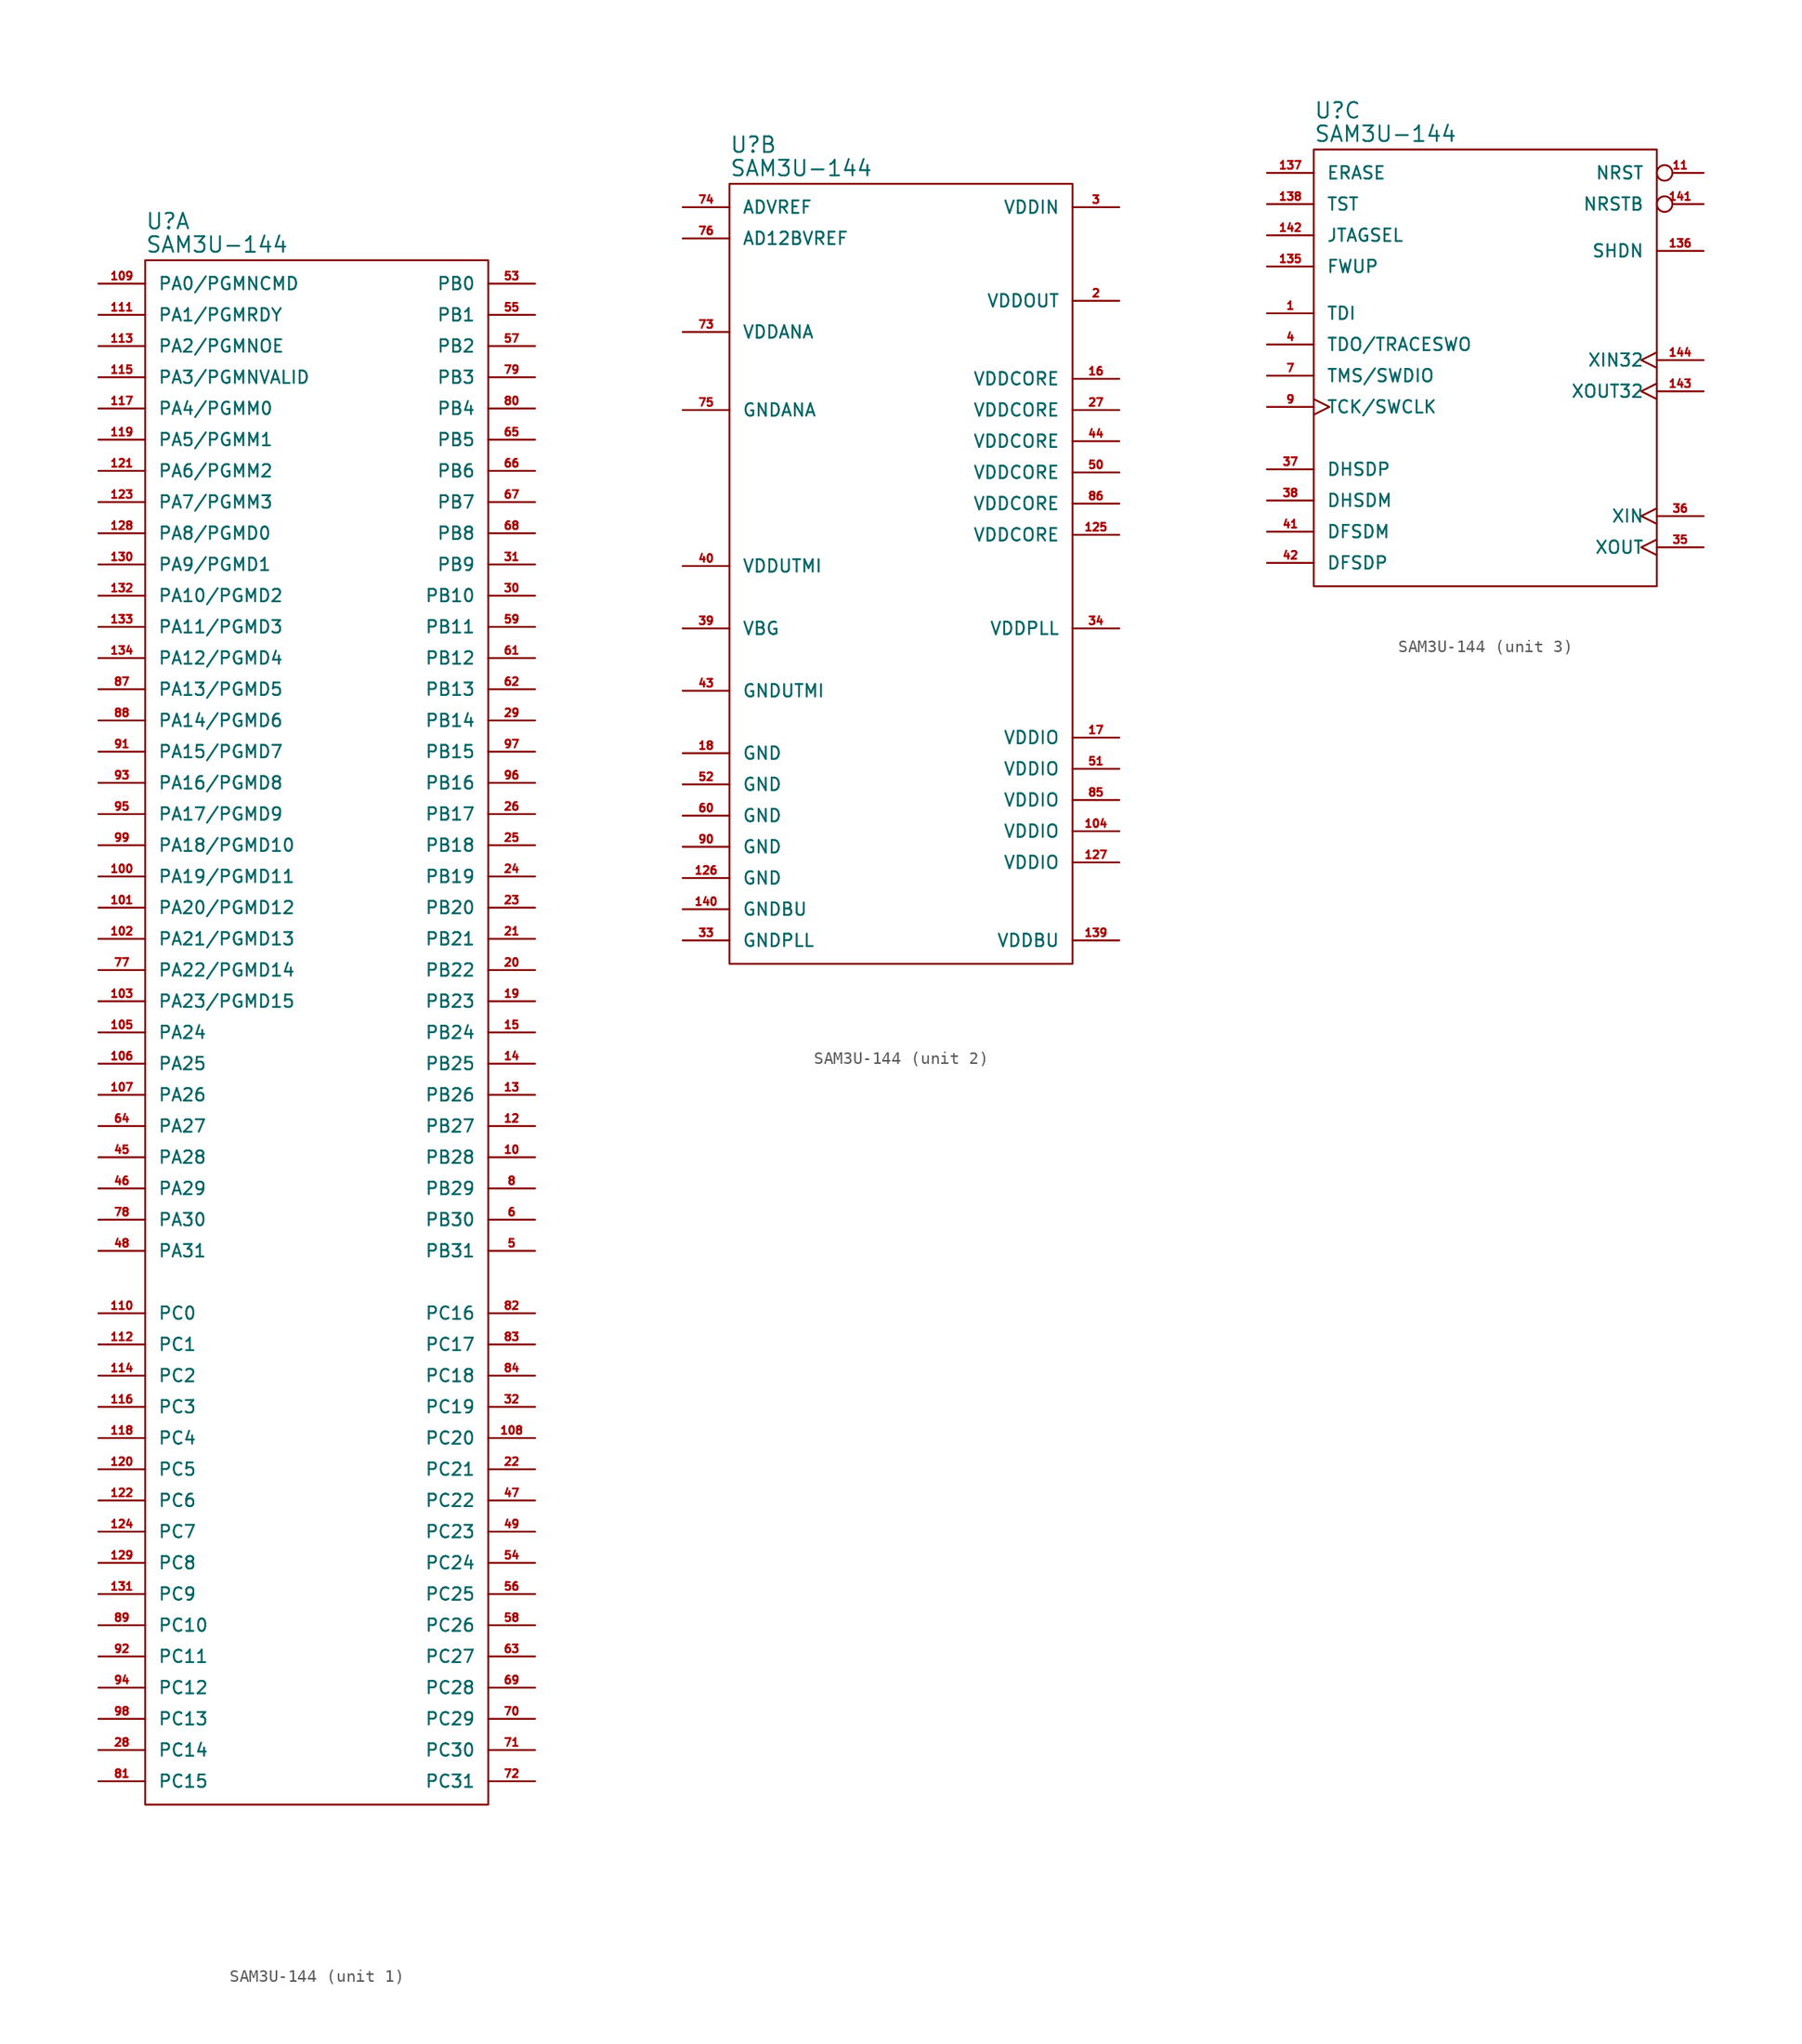
<source format=kicad_sym>
(kicad_symbol_lib
  (version 20211014)
  (generator kicad_symbol_editor)
  (symbol "SAM3U-144"
    (pin_names
      (offset 1.016))
    (property "Reference" "U"
      (at 0 2.54 0)
      (effects (font (size 1.27 1.27)) (justify left)))
    (property "Value" "SAM3U-144"
      (at 0 0.635 0)
      (effects (font (size 1.27 1.27)) (justify left)))
    (property "ki_locked" ""
      (at 0 0 0)
      (effects (font (size 1.27 1.27))))
    (symbol "SAM3U-144_1_1"
      (rectangle (start 0 -0.635) (end 27.94 -126.365) (stroke (width 0) (type default) (color 0 0 0 0)) (fill (type none)))
      (pin tri_state line (at 31.75 -73.66 180) (length 3.81) (name "PB28" (effects (font (size 1.016 1.016)))) (number "10" (effects (font (size 0.635 0.635)))))
      (pin tri_state line (at -3.81 -50.8 0) (length 3.81) (name "PA19/PGMD11" (effects (font (size 1.016 1.016)))) (number "100" (effects (font (size 0.635 0.635)))))
      (pin tri_state line (at -3.81 -53.34 0) (length 3.81) (name "PA20/PGMD12" (effects (font (size 1.016 1.016)))) (number "101" (effects (font (size 0.635 0.635)))))
      (pin tri_state line (at -3.81 -55.88 0) (length 3.81) (name "PA21/PGMD13" (effects (font (size 1.016 1.016)))) (number "102" (effects (font (size 0.635 0.635)))))
      (pin tri_state line (at -3.81 -60.96 0) (length 3.81) (name "PA23/PGMD15" (effects (font (size 1.016 1.016)))) (number "103" (effects (font (size 0.635 0.635)))))
      (pin tri_state line (at -3.81 -63.5 0) (length 3.81) (name "PA24" (effects (font (size 1.016 1.016)))) (number "105" (effects (font (size 0.635 0.635)))))
      (pin tri_state line (at -3.81 -66.04 0) (length 3.81) (name "PA25" (effects (font (size 1.016 1.016)))) (number "106" (effects (font (size 0.635 0.635)))))
      (pin tri_state line (at -3.81 -68.58 0) (length 3.81) (name "PA26" (effects (font (size 1.016 1.016)))) (number "107" (effects (font (size 0.635 0.635)))))
      (pin tri_state line (at 31.75 -96.52 180) (length 3.81) (name "PC20" (effects (font (size 1.016 1.016)))) (number "108" (effects (font (size 0.635 0.635)))))
      (pin tri_state line (at -3.81 -2.54 0) (length 3.81) (name "PA0/PGMNCMD" (effects (font (size 1.016 1.016)))) (number "109" (effects (font (size 0.635 0.635)))))
      (pin tri_state line (at -3.81 -86.36 0) (length 3.81) (name "PC0" (effects (font (size 1.016 1.016)))) (number "110" (effects (font (size 0.635 0.635)))))
      (pin tri_state line (at -3.81 -5.08 0) (length 3.81) (name "PA1/PGMRDY" (effects (font (size 1.016 1.016)))) (number "111" (effects (font (size 0.635 0.635)))))
      (pin tri_state line (at -3.81 -88.9 0) (length 3.81) (name "PC1" (effects (font (size 1.016 1.016)))) (number "112" (effects (font (size 0.635 0.635)))))
      (pin tri_state line (at -3.81 -7.62 0) (length 3.81) (name "PA2/PGMNOE" (effects (font (size 1.016 1.016)))) (number "113" (effects (font (size 0.635 0.635)))))
      (pin tri_state line (at -3.81 -91.44 0) (length 3.81) (name "PC2" (effects (font (size 1.016 1.016)))) (number "114" (effects (font (size 0.635 0.635)))))
      (pin tri_state line (at -3.81 -10.16 0) (length 3.81) (name "PA3/PGMNVALID" (effects (font (size 1.016 1.016)))) (number "115" (effects (font (size 0.635 0.635)))))
      (pin tri_state line (at -3.81 -93.98 0) (length 3.81) (name "PC3" (effects (font (size 1.016 1.016)))) (number "116" (effects (font (size 0.635 0.635)))))
      (pin tri_state line (at -3.81 -12.7 0) (length 3.81) (name "PA4/PGMM0" (effects (font (size 1.016 1.016)))) (number "117" (effects (font (size 0.635 0.635)))))
      (pin tri_state line (at -3.81 -96.52 0) (length 3.81) (name "PC4" (effects (font (size 1.016 1.016)))) (number "118" (effects (font (size 0.635 0.635)))))
      (pin tri_state line (at -3.81 -15.24 0) (length 3.81) (name "PA5/PGMM1" (effects (font (size 1.016 1.016)))) (number "119" (effects (font (size 0.635 0.635)))))
      (pin tri_state line (at 31.75 -71.12 180) (length 3.81) (name "PB27" (effects (font (size 1.016 1.016)))) (number "12" (effects (font (size 0.635 0.635)))))
      (pin tri_state line (at -3.81 -99.06 0) (length 3.81) (name "PC5" (effects (font (size 1.016 1.016)))) (number "120" (effects (font (size 0.635 0.635)))))
      (pin tri_state line (at -3.81 -17.78 0) (length 3.81) (name "PA6/PGMM2" (effects (font (size 1.016 1.016)))) (number "121" (effects (font (size 0.635 0.635)))))
      (pin tri_state line (at -3.81 -101.6 0) (length 3.81) (name "PC6" (effects (font (size 1.016 1.016)))) (number "122" (effects (font (size 0.635 0.635)))))
      (pin tri_state line (at -3.81 -20.32 0) (length 3.81) (name "PA7/PGMM3" (effects (font (size 1.016 1.016)))) (number "123" (effects (font (size 0.635 0.635)))))
      (pin tri_state line (at -3.81 -104.14 0) (length 3.81) (name "PC7" (effects (font (size 1.016 1.016)))) (number "124" (effects (font (size 0.635 0.635)))))
      (pin tri_state line (at -3.81 -22.86 0) (length 3.81) (name "PA8/PGMD0" (effects (font (size 1.016 1.016)))) (number "128" (effects (font (size 0.635 0.635)))))
      (pin tri_state line (at -3.81 -106.68 0) (length 3.81) (name "PC8" (effects (font (size 1.016 1.016)))) (number "129" (effects (font (size 0.635 0.635)))))
      (pin tri_state line (at 31.75 -68.58 180) (length 3.81) (name "PB26" (effects (font (size 1.016 1.016)))) (number "13" (effects (font (size 0.635 0.635)))))
      (pin tri_state line (at -3.81 -25.4 0) (length 3.81) (name "PA9/PGMD1" (effects (font (size 1.016 1.016)))) (number "130" (effects (font (size 0.635 0.635)))))
      (pin tri_state line (at -3.81 -109.22 0) (length 3.81) (name "PC9" (effects (font (size 1.016 1.016)))) (number "131" (effects (font (size 0.635 0.635)))))
      (pin tri_state line (at -3.81 -27.94 0) (length 3.81) (name "PA10/PGMD2" (effects (font (size 1.016 1.016)))) (number "132" (effects (font (size 0.635 0.635)))))
      (pin tri_state line (at -3.81 -30.48 0) (length 3.81) (name "PA11/PGMD3" (effects (font (size 1.016 1.016)))) (number "133" (effects (font (size 0.635 0.635)))))
      (pin tri_state line (at -3.81 -33.02 0) (length 3.81) (name "PA12/PGMD4" (effects (font (size 1.016 1.016)))) (number "134" (effects (font (size 0.635 0.635)))))
      (pin tri_state line (at 31.75 -66.04 180) (length 3.81) (name "PB25" (effects (font (size 1.016 1.016)))) (number "14" (effects (font (size 0.635 0.635)))))
      (pin tri_state line (at 31.75 -63.5 180) (length 3.81) (name "PB24" (effects (font (size 1.016 1.016)))) (number "15" (effects (font (size 0.635 0.635)))))
      (pin tri_state line (at 31.75 -60.96 180) (length 3.81) (name "PB23" (effects (font (size 1.016 1.016)))) (number "19" (effects (font (size 0.635 0.635)))))
      (pin tri_state line (at 31.75 -58.42 180) (length 3.81) (name "PB22" (effects (font (size 1.016 1.016)))) (number "20" (effects (font (size 0.635 0.635)))))
      (pin tri_state line (at 31.75 -55.88 180) (length 3.81) (name "PB21" (effects (font (size 1.016 1.016)))) (number "21" (effects (font (size 0.635 0.635)))))
      (pin tri_state line (at 31.75 -99.06 180) (length 3.81) (name "PC21" (effects (font (size 1.016 1.016)))) (number "22" (effects (font (size 0.635 0.635)))))
      (pin tri_state line (at 31.75 -53.34 180) (length 3.81) (name "PB20" (effects (font (size 1.016 1.016)))) (number "23" (effects (font (size 0.635 0.635)))))
      (pin tri_state line (at 31.75 -50.8 180) (length 3.81) (name "PB19" (effects (font (size 1.016 1.016)))) (number "24" (effects (font (size 0.635 0.635)))))
      (pin tri_state line (at 31.75 -48.26 180) (length 3.81) (name "PB18" (effects (font (size 1.016 1.016)))) (number "25" (effects (font (size 0.635 0.635)))))
      (pin tri_state line (at 31.75 -45.72 180) (length 3.81) (name "PB17" (effects (font (size 1.016 1.016)))) (number "26" (effects (font (size 0.635 0.635)))))
      (pin tri_state line (at -3.81 -121.92 0) (length 3.81) (name "PC14" (effects (font (size 1.016 1.016)))) (number "28" (effects (font (size 0.635 0.635)))))
      (pin tri_state line (at 31.75 -38.1 180) (length 3.81) (name "PB14" (effects (font (size 1.016 1.016)))) (number "29" (effects (font (size 0.635 0.635)))))
      (pin tri_state line (at 31.75 -27.94 180) (length 3.81) (name "PB10" (effects (font (size 1.016 1.016)))) (number "30" (effects (font (size 0.635 0.635)))))
      (pin tri_state line (at 31.75 -25.4 180) (length 3.81) (name "PB9" (effects (font (size 1.016 1.016)))) (number "31" (effects (font (size 0.635 0.635)))))
      (pin tri_state line (at 31.75 -93.98 180) (length 3.81) (name "PC19" (effects (font (size 1.016 1.016)))) (number "32" (effects (font (size 0.635 0.635)))))
      (pin tri_state line (at -3.81 -73.66 0) (length 3.81) (name "PA28" (effects (font (size 1.016 1.016)))) (number "45" (effects (font (size 0.635 0.635)))))
      (pin tri_state line (at -3.81 -76.2 0) (length 3.81) (name "PA29" (effects (font (size 1.016 1.016)))) (number "46" (effects (font (size 0.635 0.635)))))
      (pin tri_state line (at 31.75 -101.6 180) (length 3.81) (name "PC22" (effects (font (size 1.016 1.016)))) (number "47" (effects (font (size 0.635 0.635)))))
      (pin tri_state line (at -3.81 -81.28 0) (length 3.81) (name "PA31" (effects (font (size 1.016 1.016)))) (number "48" (effects (font (size 0.635 0.635)))))
      (pin tri_state line (at 31.75 -104.14 180) (length 3.81) (name "PC23" (effects (font (size 1.016 1.016)))) (number "49" (effects (font (size 0.635 0.635)))))
      (pin tri_state line (at 31.75 -81.28 180) (length 3.81) (name "PB31" (effects (font (size 1.016 1.016)))) (number "5" (effects (font (size 0.635 0.635)))))
      (pin tri_state line (at 31.75 -2.54 180) (length 3.81) (name "PB0" (effects (font (size 1.016 1.016)))) (number "53" (effects (font (size 0.635 0.635)))))
      (pin tri_state line (at 31.75 -106.68 180) (length 3.81) (name "PC24" (effects (font (size 1.016 1.016)))) (number "54" (effects (font (size 0.635 0.635)))))
      (pin tri_state line (at 31.75 -5.08 180) (length 3.81) (name "PB1" (effects (font (size 1.016 1.016)))) (number "55" (effects (font (size 0.635 0.635)))))
      (pin tri_state line (at 31.75 -109.22 180) (length 3.81) (name "PC25" (effects (font (size 1.016 1.016)))) (number "56" (effects (font (size 0.635 0.635)))))
      (pin tri_state line (at 31.75 -7.62 180) (length 3.81) (name "PB2" (effects (font (size 1.016 1.016)))) (number "57" (effects (font (size 0.635 0.635)))))
      (pin tri_state line (at 31.75 -111.76 180) (length 3.81) (name "PC26" (effects (font (size 1.016 1.016)))) (number "58" (effects (font (size 0.635 0.635)))))
      (pin tri_state line (at 31.75 -30.48 180) (length 3.81) (name "PB11" (effects (font (size 1.016 1.016)))) (number "59" (effects (font (size 0.635 0.635)))))
      (pin tri_state line (at 31.75 -78.74 180) (length 3.81) (name "PB30" (effects (font (size 1.016 1.016)))) (number "6" (effects (font (size 0.635 0.635)))))
      (pin tri_state line (at 31.75 -33.02 180) (length 3.81) (name "PB12" (effects (font (size 1.016 1.016)))) (number "61" (effects (font (size 0.635 0.635)))))
      (pin tri_state line (at 31.75 -35.56 180) (length 3.81) (name "PB13" (effects (font (size 1.016 1.016)))) (number "62" (effects (font (size 0.635 0.635)))))
      (pin tri_state line (at 31.75 -114.3 180) (length 3.81) (name "PC27" (effects (font (size 1.016 1.016)))) (number "63" (effects (font (size 0.635 0.635)))))
      (pin tri_state line (at -3.81 -71.12 0) (length 3.81) (name "PA27" (effects (font (size 1.016 1.016)))) (number "64" (effects (font (size 0.635 0.635)))))
      (pin tri_state line (at 31.75 -15.24 180) (length 3.81) (name "PB5" (effects (font (size 1.016 1.016)))) (number "65" (effects (font (size 0.635 0.635)))))
      (pin tri_state line (at 31.75 -17.78 180) (length 3.81) (name "PB6" (effects (font (size 1.016 1.016)))) (number "66" (effects (font (size 0.635 0.635)))))
      (pin tri_state line (at 31.75 -20.32 180) (length 3.81) (name "PB7" (effects (font (size 1.016 1.016)))) (number "67" (effects (font (size 0.635 0.635)))))
      (pin tri_state line (at 31.75 -22.86 180) (length 3.81) (name "PB8" (effects (font (size 1.016 1.016)))) (number "68" (effects (font (size 0.635 0.635)))))
      (pin tri_state line (at 31.75 -116.84 180) (length 3.81) (name "PC28" (effects (font (size 1.016 1.016)))) (number "69" (effects (font (size 0.635 0.635)))))
      (pin tri_state line (at 31.75 -119.38 180) (length 3.81) (name "PC29" (effects (font (size 1.016 1.016)))) (number "70" (effects (font (size 0.635 0.635)))))
      (pin tri_state line (at 31.75 -121.92 180) (length 3.81) (name "PC30" (effects (font (size 1.016 1.016)))) (number "71" (effects (font (size 0.635 0.635)))))
      (pin tri_state line (at 31.75 -124.46 180) (length 3.81) (name "PC31" (effects (font (size 1.016 1.016)))) (number "72" (effects (font (size 0.635 0.635)))))
      (pin tri_state line (at -3.81 -58.42 0) (length 3.81) (name "PA22/PGMD14" (effects (font (size 1.016 1.016)))) (number "77" (effects (font (size 0.635 0.635)))))
      (pin tri_state line (at -3.81 -78.74 0) (length 3.81) (name "PA30" (effects (font (size 1.016 1.016)))) (number "78" (effects (font (size 0.635 0.635)))))
      (pin tri_state line (at 31.75 -10.16 180) (length 3.81) (name "PB3" (effects (font (size 1.016 1.016)))) (number "79" (effects (font (size 0.635 0.635)))))
      (pin tri_state line (at 31.75 -76.2 180) (length 3.81) (name "PB29" (effects (font (size 1.016 1.016)))) (number "8" (effects (font (size 0.635 0.635)))))
      (pin tri_state line (at 31.75 -12.7 180) (length 3.81) (name "PB4" (effects (font (size 1.016 1.016)))) (number "80" (effects (font (size 0.635 0.635)))))
      (pin tri_state line (at -3.81 -124.46 0) (length 3.81) (name "PC15" (effects (font (size 1.016 1.016)))) (number "81" (effects (font (size 0.635 0.635)))))
      (pin tri_state line (at 31.75 -86.36 180) (length 3.81) (name "PC16" (effects (font (size 1.016 1.016)))) (number "82" (effects (font (size 0.635 0.635)))))
      (pin tri_state line (at 31.75 -88.9 180) (length 3.81) (name "PC17" (effects (font (size 1.016 1.016)))) (number "83" (effects (font (size 0.635 0.635)))))
      (pin tri_state line (at 31.75 -91.44 180) (length 3.81) (name "PC18" (effects (font (size 1.016 1.016)))) (number "84" (effects (font (size 0.635 0.635)))))
      (pin tri_state line (at -3.81 -35.56 0) (length 3.81) (name "PA13/PGMD5" (effects (font (size 1.016 1.016)))) (number "87" (effects (font (size 0.635 0.635)))))
      (pin tri_state line (at -3.81 -38.1 0) (length 3.81) (name "PA14/PGMD6" (effects (font (size 1.016 1.016)))) (number "88" (effects (font (size 0.635 0.635)))))
      (pin tri_state line (at -3.81 -111.76 0) (length 3.81) (name "PC10" (effects (font (size 1.016 1.016)))) (number "89" (effects (font (size 0.635 0.635)))))
      (pin tri_state line (at -3.81 -40.64 0) (length 3.81) (name "PA15/PGMD7" (effects (font (size 1.016 1.016)))) (number "91" (effects (font (size 0.635 0.635)))))
      (pin tri_state line (at -3.81 -114.3 0) (length 3.81) (name "PC11" (effects (font (size 1.016 1.016)))) (number "92" (effects (font (size 0.635 0.635)))))
      (pin tri_state line (at -3.81 -43.18 0) (length 3.81) (name "PA16/PGMD8" (effects (font (size 1.016 1.016)))) (number "93" (effects (font (size 0.635 0.635)))))
      (pin tri_state line (at -3.81 -116.84 0) (length 3.81) (name "PC12" (effects (font (size 1.016 1.016)))) (number "94" (effects (font (size 0.635 0.635)))))
      (pin tri_state line (at -3.81 -45.72 0) (length 3.81) (name "PA17/PGMD9" (effects (font (size 1.016 1.016)))) (number "95" (effects (font (size 0.635 0.635)))))
      (pin tri_state line (at 31.75 -43.18 180) (length 3.81) (name "PB16" (effects (font (size 1.016 1.016)))) (number "96" (effects (font (size 0.635 0.635)))))
      (pin tri_state line (at 31.75 -40.64 180) (length 3.81) (name "PB15" (effects (font (size 1.016 1.016)))) (number "97" (effects (font (size 0.635 0.635)))))
      (pin tri_state line (at -3.81 -119.38 0) (length 3.81) (name "PC13" (effects (font (size 1.016 1.016)))) (number "98" (effects (font (size 0.635 0.635)))))
      (pin tri_state line (at -3.81 -48.26 0) (length 3.81) (name "PA18/PGMD10" (effects (font (size 1.016 1.016)))) (number "99" (effects (font (size 0.635 0.635))))))
    (symbol "SAM3U-144_2_1"
      (rectangle (start 0 -0.635) (end 27.94 -64.135) (stroke (width 0) (type default) (color 0 0 0 0)) (fill (type none)))
      (pin power_in line (at 31.75 -53.34 180) (length 3.81) (name "VDDIO" (effects (font (size 1.016 1.016)))) (number "104" (effects (font (size 0.635 0.635)))))
      (pin power_in line (at 31.75 -29.21 180) (length 3.81) (name "VDDCORE" (effects (font (size 1.016 1.016)))) (number "125" (effects (font (size 0.635 0.635)))))
      (pin power_in line (at -3.81 -57.15 0) (length 3.81) (name "GND" (effects (font (size 1.016 1.016)))) (number "126" (effects (font (size 0.635 0.635)))))
      (pin power_in line (at 31.75 -55.88 180) (length 3.81) (name "VDDIO" (effects (font (size 1.016 1.016)))) (number "127" (effects (font (size 0.635 0.635)))))
      (pin power_in line (at 31.75 -62.23 180) (length 3.81) (name "VDDBU" (effects (font (size 1.016 1.016)))) (number "139" (effects (font (size 0.635 0.635)))))
      (pin power_in line (at -3.81 -59.69 0) (length 3.81) (name "GNDBU" (effects (font (size 1.016 1.016)))) (number "140" (effects (font (size 0.635 0.635)))))
      (pin power_in line (at 31.75 -16.51 180) (length 3.81) (name "VDDCORE" (effects (font (size 1.016 1.016)))) (number "16" (effects (font (size 0.635 0.635)))))
      (pin power_in line (at 31.75 -45.72 180) (length 3.81) (name "VDDIO" (effects (font (size 1.016 1.016)))) (number "17" (effects (font (size 0.635 0.635)))))
      (pin power_in line (at -3.81 -46.99 0) (length 3.81) (name "GND" (effects (font (size 1.016 1.016)))) (number "18" (effects (font (size 0.635 0.635)))))
      (pin power_out line (at 31.75 -10.16 180) (length 3.81) (name "VDDOUT" (effects (font (size 1.016 1.016)))) (number "2" (effects (font (size 0.635 0.635)))))
      (pin power_in line (at 31.75 -19.05 180) (length 3.81) (name "VDDCORE" (effects (font (size 1.016 1.016)))) (number "27" (effects (font (size 0.635 0.635)))))
      (pin power_in line (at 31.75 -2.54 180) (length 3.81) (name "VDDIN" (effects (font (size 1.016 1.016)))) (number "3" (effects (font (size 0.635 0.635)))))
      (pin power_in line (at -3.81 -62.23 0) (length 3.81) (name "GNDPLL" (effects (font (size 1.016 1.016)))) (number "33" (effects (font (size 0.635 0.635)))))
      (pin power_in line (at 31.75 -36.83 180) (length 3.81) (name "VDDPLL" (effects (font (size 1.016 1.016)))) (number "34" (effects (font (size 0.635 0.635)))))
      (pin passive line (at -3.81 -36.83 0) (length 3.81) (name "VBG" (effects (font (size 1.016 1.016)))) (number "39" (effects (font (size 0.635 0.635)))))
      (pin power_in line (at -3.81 -31.75 0) (length 3.81) (name "VDDUTMI" (effects (font (size 1.016 1.016)))) (number "40" (effects (font (size 0.635 0.635)))))
      (pin power_in line (at -3.81 -41.91 0) (length 3.81) (name "GNDUTMI" (effects (font (size 1.016 1.016)))) (number "43" (effects (font (size 0.635 0.635)))))
      (pin power_in line (at 31.75 -21.59 180) (length 3.81) (name "VDDCORE" (effects (font (size 1.016 1.016)))) (number "44" (effects (font (size 0.635 0.635)))))
      (pin power_in line (at 31.75 -24.13 180) (length 3.81) (name "VDDCORE" (effects (font (size 1.016 1.016)))) (number "50" (effects (font (size 0.635 0.635)))))
      (pin power_in line (at 31.75 -48.26 180) (length 3.81) (name "VDDIO" (effects (font (size 1.016 1.016)))) (number "51" (effects (font (size 0.635 0.635)))))
      (pin power_in line (at -3.81 -49.53 0) (length 3.81) (name "GND" (effects (font (size 1.016 1.016)))) (number "52" (effects (font (size 0.635 0.635)))))
      (pin power_in line (at -3.81 -52.07 0) (length 3.81) (name "GND" (effects (font (size 1.016 1.016)))) (number "60" (effects (font (size 0.635 0.635)))))
      (pin power_in line (at -3.81 -12.7 0) (length 3.81) (name "VDDANA" (effects (font (size 1.016 1.016)))) (number "73" (effects (font (size 0.635 0.635)))))
      (pin passive line (at -3.81 -2.54 0) (length 3.81) (name "ADVREF" (effects (font (size 1.016 1.016)))) (number "74" (effects (font (size 0.635 0.635)))))
      (pin power_in line (at -3.81 -19.05 0) (length 3.81) (name "GNDANA" (effects (font (size 1.016 1.016)))) (number "75" (effects (font (size 0.635 0.635)))))
      (pin passive line (at -3.81 -5.08 0) (length 3.81) (name "AD12BVREF" (effects (font (size 1.016 1.016)))) (number "76" (effects (font (size 0.635 0.635)))))
      (pin power_in line (at 31.75 -50.8 180) (length 3.81) (name "VDDIO" (effects (font (size 1.016 1.016)))) (number "85" (effects (font (size 0.635 0.635)))))
      (pin power_in line (at 31.75 -26.67 180) (length 3.81) (name "VDDCORE" (effects (font (size 1.016 1.016)))) (number "86" (effects (font (size 0.635 0.635)))))
      (pin power_in line (at -3.81 -54.61 0) (length 3.81) (name "GND" (effects (font (size 1.016 1.016)))) (number "90" (effects (font (size 0.635 0.635))))))
    (symbol "SAM3U-144_3_1"
      (rectangle (start 0 -0.635) (end 27.94 -36.195) (stroke (width 0) (type default) (color 0 0 0 0)) (fill (type none)))
      (pin input line (at -3.81 -13.97 0) (length 3.81) (name "TDI" (effects (font (size 1.016 1.016)))) (number "1" (effects (font (size 0.635 0.635)))))
      (pin bidirectional inverted (at 31.75 -2.54 180) (length 3.81) (name "NRST" (effects (font (size 1.016 1.016)))) (number "11" (effects (font (size 0.635 0.635)))))
      (pin input line (at -3.81 -10.16 0) (length 3.81) (name "FWUP" (effects (font (size 1.016 1.016)))) (number "135" (effects (font (size 0.635 0.635)))))
      (pin output line (at 31.75 -8.89 180) (length 3.81) (name "SHDN" (effects (font (size 1.016 1.016)))) (number "136" (effects (font (size 0.635 0.635)))))
      (pin input line (at -3.81 -2.54 0) (length 3.81) (name "ERASE" (effects (font (size 1.016 1.016)))) (number "137" (effects (font (size 0.635 0.635)))))
      (pin input line (at -3.81 -5.08 0) (length 3.81) (name "TST" (effects (font (size 1.016 1.016)))) (number "138" (effects (font (size 0.635 0.635)))))
      (pin input inverted (at 31.75 -5.08 180) (length 3.81) (name "NRSTB" (effects (font (size 1.016 1.016)))) (number "141" (effects (font (size 0.635 0.635)))))
      (pin input line (at -3.81 -7.62 0) (length 3.81) (name "JTAGSEL" (effects (font (size 1.016 1.016)))) (number "142" (effects (font (size 0.635 0.635)))))
      (pin output clock (at 31.75 -20.32 180) (length 3.81) (name "XOUT32" (effects (font (size 1.016 1.016)))) (number "143" (effects (font (size 0.635 0.635)))))
      (pin input clock (at 31.75 -17.78 180) (length 3.81) (name "XIN32" (effects (font (size 1.016 1.016)))) (number "144" (effects (font (size 0.635 0.635)))))
      (pin output clock (at 31.75 -33.02 180) (length 3.81) (name "XOUT" (effects (font (size 1.016 1.016)))) (number "35" (effects (font (size 0.635 0.635)))))
      (pin input clock (at 31.75 -30.48 180) (length 3.81) (name "XIN" (effects (font (size 1.016 1.016)))) (number "36" (effects (font (size 0.635 0.635)))))
      (pin bidirectional line (at -3.81 -26.67 0) (length 3.81) (name "DHSDP" (effects (font (size 1.016 1.016)))) (number "37" (effects (font (size 0.635 0.635)))))
      (pin bidirectional line (at -3.81 -29.21 0) (length 3.81) (name "DHSDM" (effects (font (size 1.016 1.016)))) (number "38" (effects (font (size 0.635 0.635)))))
      (pin output line (at -3.81 -16.51 0) (length 3.81) (name "TDO/TRACESWO" (effects (font (size 1.016 1.016)))) (number "4" (effects (font (size 0.635 0.635)))))
      (pin bidirectional line (at -3.81 -31.75 0) (length 3.81) (name "DFSDM" (effects (font (size 1.016 1.016)))) (number "41" (effects (font (size 0.635 0.635)))))
      (pin bidirectional line (at -3.81 -34.29 0) (length 3.81) (name "DFSDP" (effects (font (size 1.016 1.016)))) (number "42" (effects (font (size 0.635 0.635)))))
      (pin bidirectional line (at -3.81 -19.05 0) (length 3.81) (name "TMS/SWDIO" (effects (font (size 1.016 1.016)))) (number "7" (effects (font (size 0.635 0.635)))))
      (pin input clock (at -3.81 -21.59 0) (length 3.81) (name "TCK/SWCLK" (effects (font (size 1.016 1.016)))) (number "9" (effects (font (size 0.635 0.635))))))))
</source>
